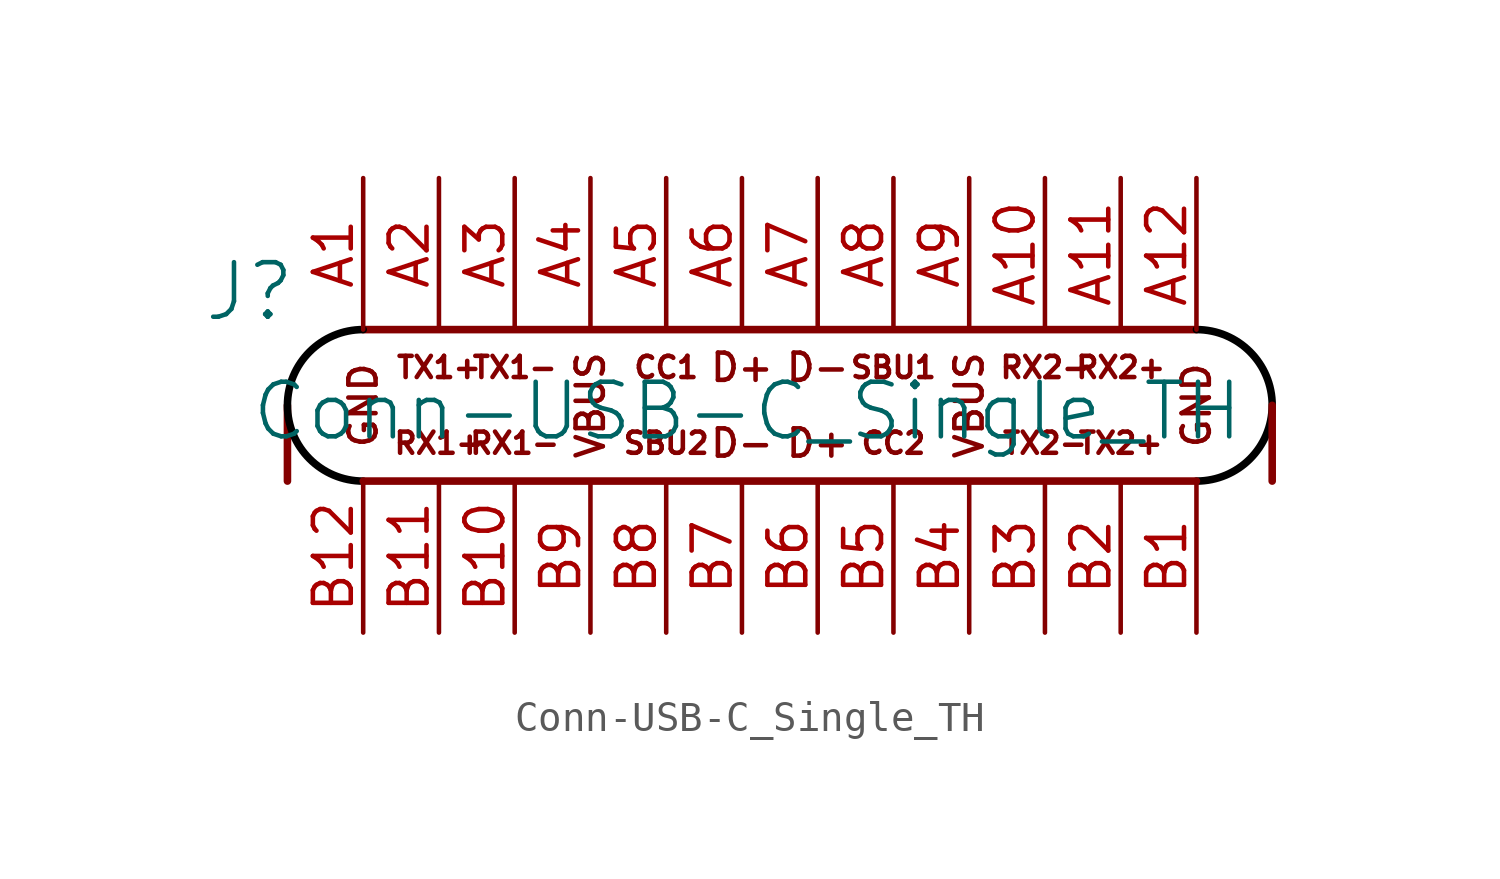
<source format=kicad_sym>
(kicad_symbol_lib
  (version 20231120)
  (generator "kicad_symbol_editor")
  (generator_version "8.0")
  (symbol "Conn-USB-C_Single_TH"
    (property "Reference" "J"
      (at -1.27 1.27 0)
      (effects (font (size 1.829 1.829))))
    (property "Value" "Conn-USB-C_Single_TH"
      (at -1.27 -3.81 0)
      (effects (font (size 1.829 1.829)) (justify left bottom)))
    (symbol "Conn-USB-C_Single_TH_1_0"
      (polyline (pts (xy 0 -2.54) (xy 0 -5.08)) (stroke (width 0.254) (type solid)) (fill (type none)))
      (polyline (pts (xy 2.54 0) (xy 30.48 0)) (stroke (width 0.254) (type solid)) (fill (type none)))
      (polyline (pts (xy 30.48 -5.08) (xy 2.54 -5.08)) (stroke (width 0.254) (type solid)) (fill (type none)))
      (polyline (pts (xy 33.02 -2.54) (xy 33.02 -5.08)) (stroke (width 0.254) (type solid)) (fill (type none)))
      (arc (start 2.54 0) (mid 0 -2.54) (end 2.54 -5.08) (stroke (width 0.254) (type solid) (color 0 0 0 1)) (fill (type none)))
      (arc (start 30.48 -5.08) (mid 33.02 -2.54) (end 30.48 0) (stroke (width 0.254) (type solid) (color 0 0 0 1)) (fill (type none)))
      (text "CC1" (at 12.7 -1.27 0) (effects (font (size 0.711 0.711))))
      (text "CC2" (at 20.32 -3.81 0) (effects (font (size 0.711 0.711))))
      (text "D+" (at 15.24 -1.27 0) (effects (font (size 0.914 0.914))))
      (text "D+" (at 17.78 -3.81 0) (effects (font (size 0.914 0.914))))
      (text "D-" (at 15.24 -3.81 0) (effects (font (size 0.914 0.914))))
      (text "D-" (at 17.78 -1.27 0) (effects (font (size 0.914 0.914))))
      (text "GND" (at 2.54 -2.54 900) (effects (font (size 0.914 0.914))))
      (text "GND" (at 30.48 -2.54 900) (effects (font (size 0.914 0.914))))
      (text "RX1+" (at 5.08 -3.81 0) (effects (font (size 0.711 0.711))))
      (text "RX1-" (at 7.62 -3.81 0) (effects (font (size 0.711 0.711))))
      (text "RX2+" (at 27.94 -1.27 0) (effects (font (size 0.711 0.711))))
      (text "RX2-" (at 25.4 -1.27 0) (effects (font (size 0.711 0.711))))
      (text "SBU1" (at 20.32 -1.27 0) (effects (font (size 0.711 0.711))))
      (text "SBU2" (at 12.7 -3.81 0) (effects (font (size 0.711 0.711))))
      (text "TX1+" (at 5.08 -1.27 0) (effects (font (size 0.711 0.711))))
      (text "TX1-" (at 7.62 -1.27 0) (effects (font (size 0.711 0.711))))
      (text "TX2+" (at 27.94 -3.81 0) (effects (font (size 0.711 0.711))))
      (text "TX2-" (at 25.4 -3.81 0) (effects (font (size 0.711 0.711))))
      (text "VBUS" (at 10.16 -2.54 900) (effects (font (size 0.914 0.914))))
      (text "VBUS" (at 22.86 -2.54 900) (effects (font (size 0.914 0.914))))
      (pin passive line (at 2.54 5.08 270) (length 5.08) (name "GND" (effects (font (size 0 0)))) (number "A1" (effects (font (size 1.27 1.27)))))
      (pin passive line (at 25.4 5.08 270) (length 5.08) (name "RX2-" (effects (font (size 0 0)))) (number "A10" (effects (font (size 1.27 1.27)))))
      (pin passive line (at 27.94 5.08 270) (length 5.08) (name "RX2+" (effects (font (size 0 0)))) (number "A11" (effects (font (size 1.27 1.27)))))
      (pin passive line (at 30.48 5.08 270) (length 5.08) (name "GND" (effects (font (size 0 0)))) (number "A12" (effects (font (size 1.27 1.27)))))
      (pin passive line (at 5.08 5.08 270) (length 5.08) (name "TX1+" (effects (font (size 0 0)))) (number "A2" (effects (font (size 1.27 1.27)))))
      (pin passive line (at 7.62 5.08 270) (length 5.08) (name "TX1-" (effects (font (size 0 0)))) (number "A3" (effects (font (size 1.27 1.27)))))
      (pin passive line (at 10.16 5.08 270) (length 5.08) (name "VBUS" (effects (font (size 0 0)))) (number "A4" (effects (font (size 1.27 1.27)))))
      (pin passive line (at 12.7 5.08 270) (length 5.08) (name "CC1" (effects (font (size 0 0)))) (number "A5" (effects (font (size 1.27 1.27)))))
      (pin passive line (at 15.24 5.08 270) (length 5.08) (name "D+" (effects (font (size 0 0)))) (number "A6" (effects (font (size 1.27 1.27)))))
      (pin passive line (at 17.78 5.08 270) (length 5.08) (name "D-" (effects (font (size 0 0)))) (number "A7" (effects (font (size 1.27 1.27)))))
      (pin passive line (at 20.32 5.08 270) (length 5.08) (name "SBU1" (effects (font (size 0 0)))) (number "A8" (effects (font (size 1.27 1.27)))))
      (pin passive line (at 22.86 5.08 270) (length 5.08) (name "VBUS" (effects (font (size 0 0)))) (number "A9" (effects (font (size 1.27 1.27)))))
      (pin passive line (at 30.48 -10.16 90) (length 5.08) (name "GND" (effects (font (size 0 0)))) (number "B1" (effects (font (size 1.27 1.27)))))
      (pin passive line (at 7.62 -10.16 90) (length 5.08) (name "RX1-" (effects (font (size 0 0)))) (number "B10" (effects (font (size 1.27 1.27)))))
      (pin passive line (at 5.08 -10.16 90) (length 5.08) (name "RX1+" (effects (font (size 0 0)))) (number "B11" (effects (font (size 1.27 1.27)))))
      (pin passive line (at 2.54 -10.16 90) (length 5.08) (name "GND" (effects (font (size 0 0)))) (number "B12" (effects (font (size 1.27 1.27)))))
      (pin passive line (at 27.94 -10.16 90) (length 5.08) (name "TX2+" (effects (font (size 0 0)))) (number "B2" (effects (font (size 1.27 1.27)))))
      (pin passive line (at 25.4 -10.16 90) (length 5.08) (name "TX2-" (effects (font (size 0 0)))) (number "B3" (effects (font (size 1.27 1.27)))))
      (pin passive line (at 22.86 -10.16 90) (length 5.08) (name "VBUS" (effects (font (size 0 0)))) (number "B4" (effects (font (size 1.27 1.27)))))
      (pin passive line (at 20.32 -10.16 90) (length 5.08) (name "CC2" (effects (font (size 0 0)))) (number "B5" (effects (font (size 1.27 1.27)))))
      (pin passive line (at 17.78 -10.16 90) (length 5.08) (name "D+" (effects (font (size 0 0)))) (number "B6" (effects (font (size 1.27 1.27)))))
      (pin passive line (at 15.24 -10.16 90) (length 5.08) (name "D-" (effects (font (size 0 0)))) (number "B7" (effects (font (size 1.27 1.27)))))
      (pin passive line (at 12.7 -10.16 90) (length 5.08) (name "SBU2" (effects (font (size 0 0)))) (number "B8" (effects (font (size 1.27 1.27)))))
      (pin passive line (at 10.16 -10.16 90) (length 5.08) (name "VBUS" (effects (font (size 0 0)))) (number "B9" (effects (font (size 1.27 1.27))))))))
</source>
